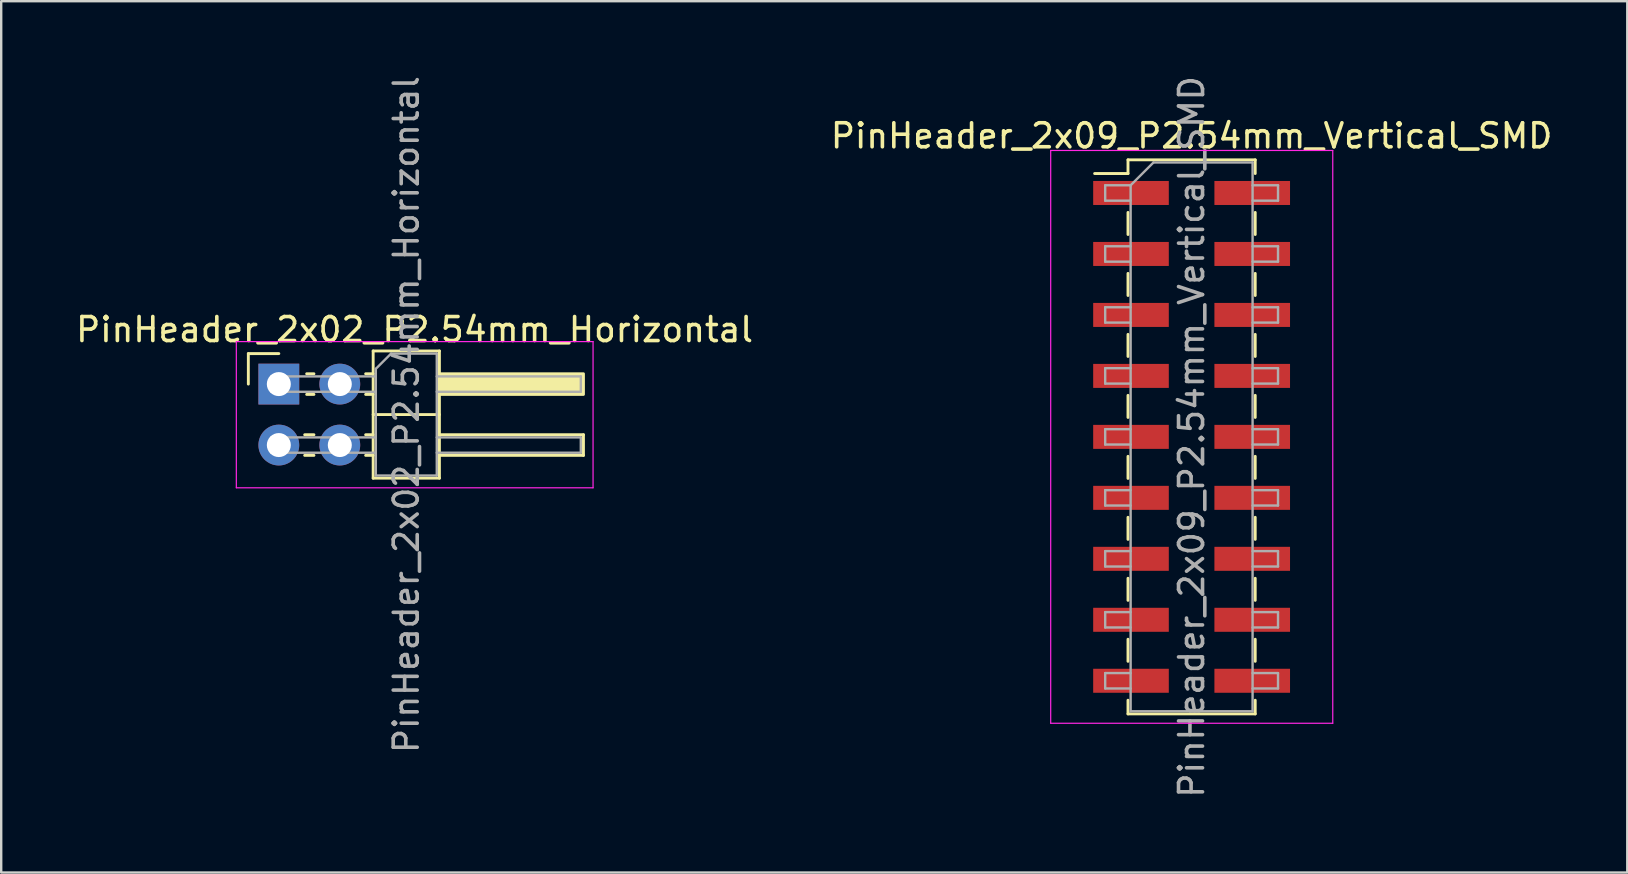
<source format=kicad_pcb>
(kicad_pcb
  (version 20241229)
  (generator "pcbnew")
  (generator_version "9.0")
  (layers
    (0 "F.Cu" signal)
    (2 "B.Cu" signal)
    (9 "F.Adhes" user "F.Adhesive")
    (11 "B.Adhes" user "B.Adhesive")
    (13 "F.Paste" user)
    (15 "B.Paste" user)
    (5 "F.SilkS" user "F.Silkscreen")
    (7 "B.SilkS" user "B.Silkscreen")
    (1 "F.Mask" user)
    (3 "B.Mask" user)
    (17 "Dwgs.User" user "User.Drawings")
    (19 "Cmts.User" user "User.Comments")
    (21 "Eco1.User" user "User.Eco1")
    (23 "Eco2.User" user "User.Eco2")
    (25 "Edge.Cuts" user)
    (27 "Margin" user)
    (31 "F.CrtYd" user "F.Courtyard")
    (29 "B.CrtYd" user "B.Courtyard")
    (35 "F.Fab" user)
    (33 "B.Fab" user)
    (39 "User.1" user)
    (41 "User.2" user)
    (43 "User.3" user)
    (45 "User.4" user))
  (footprint "PinHeader_2x09_P2.54mm_Vertical_SMD"
    (layer "F.Cu")
    (at 46.589 15.149)
    (property "Reference" "PinHeader_2x09_P2.54mm_Vertical_SMD" (at 0 -12.54 0) (layer "F.SilkS") (effects (font (size 1 1) (thickness 0.15))))
    (attr smd)
    (fp_line (start -4.04 -10.97) (end -2.65 -10.97) (stroke (width 0.12) (type solid)) (layer "F.SilkS"))
    (fp_line (start -2.65 -11.54) (end -2.65 -10.97) (stroke (width 0.12) (type solid)) (layer "F.SilkS"))
    (fp_line (start -2.65 -11.54) (end 2.65 -11.54) (stroke (width 0.12) (type solid)) (layer "F.SilkS"))
    (fp_line (start -2.65 -9.35) (end -2.65 -8.43) (stroke (width 0.12) (type solid)) (layer "F.SilkS"))
    (fp_line (start -2.65 -6.81) (end -2.65 -5.89) (stroke (width 0.12) (type solid)) (layer "F.SilkS"))
    (fp_line (start -2.65 -4.27) (end -2.65 -3.35) (stroke (width 0.12) (type solid)) (layer "F.SilkS"))
    (fp_line (start -2.65 -1.73) (end -2.65 -0.81) (stroke (width 0.12) (type solid)) (layer "F.SilkS"))
    (fp_line (start -2.65 0.81) (end -2.65 1.73) (stroke (width 0.12) (type solid)) (layer "F.SilkS"))
    (fp_line (start -2.65 3.35) (end -2.65 4.27) (stroke (width 0.12) (type solid)) (layer "F.SilkS"))
    (fp_line (start -2.65 5.89) (end -2.65 6.81) (stroke (width 0.12) (type solid)) (layer "F.SilkS"))
    (fp_line (start -2.65 8.43) (end -2.65 9.35) (stroke (width 0.12) (type solid)) (layer "F.SilkS"))
    (fp_line (start -2.65 10.97) (end -2.65 11.54) (stroke (width 0.12) (type solid)) (layer "F.SilkS"))
    (fp_line (start -2.65 11.54) (end 2.65 11.54) (stroke (width 0.12) (type solid)) (layer "F.SilkS"))
    (fp_line (start 2.65 -11.54) (end 2.65 -10.97) (stroke (width 0.12) (type solid)) (layer "F.SilkS"))
    (fp_line (start 2.65 -9.35) (end 2.65 -8.43) (stroke (width 0.12) (type solid)) (layer "F.SilkS"))
    (fp_line (start 2.65 -6.81) (end 2.65 -5.89) (stroke (width 0.12) (type solid)) (layer "F.SilkS"))
    (fp_line (start 2.65 -4.27) (end 2.65 -3.35) (stroke (width 0.12) (type solid)) (layer "F.SilkS"))
    (fp_line (start 2.65 -1.73) (end 2.65 -0.81) (stroke (width 0.12) (type solid)) (layer "F.SilkS"))
    (fp_line (start 2.65 0.81) (end 2.65 1.73) (stroke (width 0.12) (type solid)) (layer "F.SilkS"))
    (fp_line (start 2.65 3.35) (end 2.65 4.27) (stroke (width 0.12) (type solid)) (layer "F.SilkS"))
    (fp_line (start 2.65 5.89) (end 2.65 6.81) (stroke (width 0.12) (type solid)) (layer "F.SilkS"))
    (fp_line (start 2.65 8.43) (end 2.65 9.35) (stroke (width 0.12) (type solid)) (layer "F.SilkS"))
    (fp_line (start 2.65 10.97) (end 2.65 11.54) (stroke (width 0.12) (type solid)) (layer "F.SilkS"))
    (fp_line (start -5.87 -11.93) (end -5.87 11.93) (stroke (width 0.05) (type solid)) (layer "F.CrtYd"))
    (fp_line (start -5.87 11.93) (end 5.88 11.93) (stroke (width 0.05) (type solid)) (layer "F.CrtYd"))
    (fp_line (start 5.88 -11.93) (end -5.87 -11.93) (stroke (width 0.05) (type solid)) (layer "F.CrtYd"))
    (fp_line (start 5.88 11.93) (end 5.88 -11.93) (stroke (width 0.05) (type solid)) (layer "F.CrtYd"))
    (fp_line (start -3.6 -10.48) (end -3.6 -9.84) (stroke (width 0.1) (type solid)) (layer "F.Fab"))
    (fp_line (start -3.6 -9.84) (end -2.54 -9.84) (stroke (width 0.1) (type solid)) (layer "F.Fab"))
    (fp_line (start -3.6 -7.94) (end -3.6 -7.3) (stroke (width 0.1) (type solid)) (layer "F.Fab"))
    (fp_line (start -3.6 -7.3) (end -2.54 -7.3) (stroke (width 0.1) (type solid)) (layer "F.Fab"))
    (fp_line (start -3.6 -5.4) (end -3.6 -4.76) (stroke (width 0.1) (type solid)) (layer "F.Fab"))
    (fp_line (start -3.6 -4.76) (end -2.54 -4.76) (stroke (width 0.1) (type solid)) (layer "F.Fab"))
    (fp_line (start -3.6 -2.86) (end -3.6 -2.22) (stroke (width 0.1) (type solid)) (layer "F.Fab"))
    (fp_line (start -3.6 -2.22) (end -2.54 -2.22) (stroke (width 0.1) (type solid)) (layer "F.Fab"))
    (fp_line (start -3.6 -0.32) (end -3.6 0.32) (stroke (width 0.1) (type solid)) (layer "F.Fab"))
    (fp_line (start -3.6 0.32) (end -2.54 0.32) (stroke (width 0.1) (type solid)) (layer "F.Fab"))
    (fp_line (start -3.6 2.22) (end -3.6 2.86) (stroke (width 0.1) (type solid)) (layer "F.Fab"))
    (fp_line (start -3.6 2.86) (end -2.54 2.86) (stroke (width 0.1) (type solid)) (layer "F.Fab"))
    (fp_line (start -3.6 4.76) (end -3.6 5.4) (stroke (width 0.1) (type solid)) (layer "F.Fab"))
    (fp_line (start -3.6 5.4) (end -2.54 5.4) (stroke (width 0.1) (type solid)) (layer "F.Fab"))
    (fp_line (start -3.6 7.3) (end -3.6 7.94) (stroke (width 0.1) (type solid)) (layer "F.Fab"))
    (fp_line (start -3.6 7.94) (end -2.54 7.94) (stroke (width 0.1) (type solid)) (layer "F.Fab"))
    (fp_line (start -3.6 9.84) (end -3.6 10.48) (stroke (width 0.1) (type solid)) (layer "F.Fab"))
    (fp_line (start -3.6 10.48) (end -2.54 10.48) (stroke (width 0.1) (type solid)) (layer "F.Fab"))
    (fp_line (start -2.54 -10.48) (end -3.6 -10.48) (stroke (width 0.1) (type solid)) (layer "F.Fab"))
    (fp_line (start -2.54 -10.48) (end -1.59 -11.43) (stroke (width 0.1) (type solid)) (layer "F.Fab"))
    (fp_line (start -2.54 -7.94) (end -3.6 -7.94) (stroke (width 0.1) (type solid)) (layer "F.Fab"))
    (fp_line (start -2.54 -5.4) (end -3.6 -5.4) (stroke (width 0.1) (type solid)) (layer "F.Fab"))
    (fp_line (start -2.54 -2.86) (end -3.6 -2.86) (stroke (width 0.1) (type solid)) (layer "F.Fab"))
    (fp_line (start -2.54 -0.32) (end -3.6 -0.32) (stroke (width 0.1) (type solid)) (layer "F.Fab"))
    (fp_line (start -2.54 2.22) (end -3.6 2.22) (stroke (width 0.1) (type solid)) (layer "F.Fab"))
    (fp_line (start -2.54 4.76) (end -3.6 4.76) (stroke (width 0.1) (type solid)) (layer "F.Fab"))
    (fp_line (start -2.54 7.3) (end -3.6 7.3) (stroke (width 0.1) (type solid)) (layer "F.Fab"))
    (fp_line (start -2.54 9.84) (end -3.6 9.84) (stroke (width 0.1) (type solid)) (layer "F.Fab"))
    (fp_line (start -2.54 11.43) (end -2.54 -10.48) (stroke (width 0.1) (type solid)) (layer "F.Fab"))
    (fp_line (start -1.59 -11.43) (end 2.54 -11.43) (stroke (width 0.1) (type solid)) (layer "F.Fab"))
    (fp_line (start 2.54 -11.43) (end 2.54 11.43) (stroke (width 0.1) (type solid)) (layer "F.Fab"))
    (fp_line (start 2.54 -10.48) (end 3.6 -10.48) (stroke (width 0.1) (type solid)) (layer "F.Fab"))
    (fp_line (start 2.54 -7.94) (end 3.6 -7.94) (stroke (width 0.1) (type solid)) (layer "F.Fab"))
    (fp_line (start 2.54 -5.4) (end 3.6 -5.4) (stroke (width 0.1) (type solid)) (layer "F.Fab"))
    (fp_line (start 2.54 -2.86) (end 3.6 -2.86) (stroke (width 0.1) (type solid)) (layer "F.Fab"))
    (fp_line (start 2.54 -0.32) (end 3.6 -0.32) (stroke (width 0.1) (type solid)) (layer "F.Fab"))
    (fp_line (start 2.54 2.22) (end 3.6 2.22) (stroke (width 0.1) (type solid)) (layer "F.Fab"))
    (fp_line (start 2.54 4.76) (end 3.6 4.76) (stroke (width 0.1) (type solid)) (layer "F.Fab"))
    (fp_line (start 2.54 7.3) (end 3.6 7.3) (stroke (width 0.1) (type solid)) (layer "F.Fab"))
    (fp_line (start 2.54 9.84) (end 3.6 9.84) (stroke (width 0.1) (type solid)) (layer "F.Fab"))
    (fp_line (start 2.54 11.43) (end -2.54 11.43) (stroke (width 0.1) (type solid)) (layer "F.Fab"))
    (fp_line (start 3.6 -10.48) (end 3.6 -9.84) (stroke (width 0.1) (type solid)) (layer "F.Fab"))
    (fp_line (start 3.6 -9.84) (end 2.54 -9.84) (stroke (width 0.1) (type solid)) (layer "F.Fab"))
    (fp_line (start 3.6 -7.94) (end 3.6 -7.3) (stroke (width 0.1) (type solid)) (layer "F.Fab"))
    (fp_line (start 3.6 -7.3) (end 2.54 -7.3) (stroke (width 0.1) (type solid)) (layer "F.Fab"))
    (fp_line (start 3.6 -5.4) (end 3.6 -4.76) (stroke (width 0.1) (type solid)) (layer "F.Fab"))
    (fp_line (start 3.6 -4.76) (end 2.54 -4.76) (stroke (width 0.1) (type solid)) (layer "F.Fab"))
    (fp_line (start 3.6 -2.86) (end 3.6 -2.22) (stroke (width 0.1) (type solid)) (layer "F.Fab"))
    (fp_line (start 3.6 -2.22) (end 2.54 -2.22) (stroke (width 0.1) (type solid)) (layer "F.Fab"))
    (fp_line (start 3.6 -0.32) (end 3.6 0.32) (stroke (width 0.1) (type solid)) (layer "F.Fab"))
    (fp_line (start 3.6 0.32) (end 2.54 0.32) (stroke (width 0.1) (type solid)) (layer "F.Fab"))
    (fp_line (start 3.6 2.22) (end 3.6 2.86) (stroke (width 0.1) (type solid)) (layer "F.Fab"))
    (fp_line (start 3.6 2.86) (end 2.54 2.86) (stroke (width 0.1) (type solid)) (layer "F.Fab"))
    (fp_line (start 3.6 4.76) (end 3.6 5.4) (stroke (width 0.1) (type solid)) (layer "F.Fab"))
    (fp_line (start 3.6 5.4) (end 2.54 5.4) (stroke (width 0.1) (type solid)) (layer "F.Fab"))
    (fp_line (start 3.6 7.3) (end 3.6 7.94) (stroke (width 0.1) (type solid)) (layer "F.Fab"))
    (fp_line (start 3.6 7.94) (end 2.54 7.94) (stroke (width 0.1) (type solid)) (layer "F.Fab"))
    (fp_line (start 3.6 9.84) (end 3.6 10.48) (stroke (width 0.1) (type solid)) (layer "F.Fab"))
    (fp_line (start 3.6 10.48) (end 2.54 10.48) (stroke (width 0.1) (type solid)) (layer "F.Fab"))
    (fp_text user "${REFERENCE}" (at 0 0 90) (layer "F.Fab") (effects (font (size 1 1) (thickness 0.15))))
    (pad "1" smd rect (at -2.525 -10.16) (size 3.15 1) (layers "F.Cu" "F.Mask" "F.Paste"))
    (pad "2" smd rect (at 2.525 -10.16) (size 3.15 1) (layers "F.Cu" "F.Mask" "F.Paste"))
    (pad "3" smd rect (at -2.525 -7.62) (size 3.15 1) (layers "F.Cu" "F.Mask" "F.Paste"))
    (pad "4" smd rect (at 2.525 -7.62) (size 3.15 1) (layers "F.Cu" "F.Mask" "F.Paste"))
    (pad "5" smd rect (at -2.525 -5.08) (size 3.15 1) (layers "F.Cu" "F.Mask" "F.Paste"))
    (pad "6" smd rect (at 2.525 -5.08) (size 3.15 1) (layers "F.Cu" "F.Mask" "F.Paste"))
    (pad "7" smd rect (at -2.525 -2.54) (size 3.15 1) (layers "F.Cu" "F.Mask" "F.Paste"))
    (pad "8" smd rect (at 2.525 -2.54) (size 3.15 1) (layers "F.Cu" "F.Mask" "F.Paste"))
    (pad "9" smd rect (at -2.525 0) (size 3.15 1) (layers "F.Cu" "F.Mask" "F.Paste"))
    (pad "10" smd rect (at 2.525 0) (size 3.15 1) (layers "F.Cu" "F.Mask" "F.Paste"))
    (pad "11" smd rect (at -2.525 2.54) (size 3.15 1) (layers "F.Cu" "F.Mask" "F.Paste"))
    (pad "12" smd rect (at 2.525 2.54) (size 3.15 1) (layers "F.Cu" "F.Mask" "F.Paste"))
    (pad "13" smd rect (at -2.525 5.08) (size 3.15 1) (layers "F.Cu" "F.Mask" "F.Paste"))
    (pad "14" smd rect (at 2.525 5.08) (size 3.15 1) (layers "F.Cu" "F.Mask" "F.Paste"))
    (pad "15" smd rect (at -2.525 7.62) (size 3.15 1) (layers "F.Cu" "F.Mask" "F.Paste"))
    (pad "16" smd rect (at 2.525 7.62) (size 3.15 1) (layers "F.Cu" "F.Mask" "F.Paste"))
    (pad "17" smd rect (at -2.525 10.16) (size 3.15 1) (layers "F.Cu" "F.Mask" "F.Paste"))
    (pad "18" smd rect (at 2.525 10.16) (size 3.15 1) (layers "F.Cu" "F.Mask" "F.Paste")))
  (footprint "PinHeader_2x02_P2.54mm_Horizontal"
    (layer "F.Cu")
    (at 8.565 12.95)
    (property "Reference" "PinHeader_2x02_P2.54mm_Horizontal" (at 5.655 -2.27 0) (layer "F.SilkS") (effects (font (size 1 1) (thickness 0.15))))
    (attr through_hole)
    (fp_line (start -1.27 -1.27) (end 0 -1.27) (stroke (width 0.12) (type solid)) (layer "F.SilkS"))
    (fp_line (start -1.27 0) (end -1.27 -1.27) (stroke (width 0.12) (type solid)) (layer "F.SilkS"))
    (fp_line (start 1.077 2.11) (end 1.463 2.11) (stroke (width 0.12) (type solid)) (layer "F.SilkS"))
    (fp_line (start 1.077 2.97) (end 1.463 2.97) (stroke (width 0.12) (type solid)) (layer "F.SilkS"))
    (fp_line (start 1.16 -0.43) (end 1.463 -0.43) (stroke (width 0.12) (type solid)) (layer "F.SilkS"))
    (fp_line (start 1.16 0.43) (end 1.463 0.43) (stroke (width 0.12) (type solid)) (layer "F.SilkS"))
    (fp_line (start 3.617 -0.43) (end 3.93 -0.43) (stroke (width 0.12) (type solid)) (layer "F.SilkS"))
    (fp_line (start 3.617 0.43) (end 3.93 0.43) (stroke (width 0.12) (type solid)) (layer "F.SilkS"))
    (fp_line (start 3.617 2.11) (end 3.93 2.11) (stroke (width 0.12) (type solid)) (layer "F.SilkS"))
    (fp_line (start 3.617 2.97) (end 3.93 2.97) (stroke (width 0.12) (type solid)) (layer "F.SilkS"))
    (fp_line (start 3.93 -1.38) (end 3.93 3.92) (stroke (width 0.12) (type solid)) (layer "F.SilkS"))
    (fp_line (start 3.93 1.27) (end 6.69 1.27) (stroke (width 0.12) (type solid)) (layer "F.SilkS"))
    (fp_line (start 3.93 3.92) (end 6.69 3.92) (stroke (width 0.12) (type solid)) (layer "F.SilkS"))
    (fp_line (start 6.69 -1.38) (end 3.93 -1.38) (stroke (width 0.12) (type solid)) (layer "F.SilkS"))
    (fp_line (start 6.69 2.11) (end 12.69 2.11) (stroke (width 0.12) (type solid)) (layer "F.SilkS"))
    (fp_line (start 6.69 3.92) (end 6.69 -1.38) (stroke (width 0.12) (type solid)) (layer "F.SilkS"))
    (fp_line (start 12.69 2.11) (end 12.69 2.97) (stroke (width 0.12) (type solid)) (layer "F.SilkS"))
    (fp_line (start 12.69 2.97) (end 6.69 2.97) (stroke (width 0.12) (type solid)) (layer "F.SilkS"))
    (fp_rect (start 6.69 -0.43) (end 12.69 0.43) (stroke (width 0.12) (type solid)) (fill yes) (layer "F.SilkS"))
    (fp_line (start -1.77 -1.77) (end -1.77 4.32) (stroke (width 0.05) (type solid)) (layer "F.CrtYd"))
    (fp_line (start -1.77 4.32) (end 13.09 4.32) (stroke (width 0.05) (type solid)) (layer "F.CrtYd"))
    (fp_line (start 13.09 -1.77) (end -1.77 -1.77) (stroke (width 0.05) (type solid)) (layer "F.CrtYd"))
    (fp_line (start 13.09 4.32) (end 13.09 -1.77) (stroke (width 0.05) (type solid)) (layer "F.CrtYd"))
    (fp_line (start -0.32 -0.32) (end -0.32 0.32) (stroke (width 0.1) (type solid)) (layer "F.Fab"))
    (fp_line (start -0.32 -0.32) (end 4.04 -0.32) (stroke (width 0.1) (type solid)) (layer "F.Fab"))
    (fp_line (start -0.32 0.32) (end 4.04 0.32) (stroke (width 0.1) (type solid)) (layer "F.Fab"))
    (fp_line (start -0.32 2.22) (end -0.32 2.86) (stroke (width 0.1) (type solid)) (layer "F.Fab"))
    (fp_line (start -0.32 2.22) (end 4.04 2.22) (stroke (width 0.1) (type solid)) (layer "F.Fab"))
    (fp_line (start -0.32 2.86) (end 4.04 2.86) (stroke (width 0.1) (type solid)) (layer "F.Fab"))
    (fp_line (start 4.04 -0.635) (end 4.675 -1.27) (stroke (width 0.1) (type solid)) (layer "F.Fab"))
    (fp_line (start 4.04 3.81) (end 4.04 -0.635) (stroke (width 0.1) (type solid)) (layer "F.Fab"))
    (fp_line (start 4.675 -1.27) (end 6.58 -1.27) (stroke (width 0.1) (type solid)) (layer "F.Fab"))
    (fp_line (start 6.58 -1.27) (end 6.58 3.81) (stroke (width 0.1) (type solid)) (layer "F.Fab"))
    (fp_line (start 6.58 -0.32) (end 12.58 -0.32) (stroke (width 0.1) (type solid)) (layer "F.Fab"))
    (fp_line (start 6.58 0.32) (end 12.58 0.32) (stroke (width 0.1) (type solid)) (layer "F.Fab"))
    (fp_line (start 6.58 2.22) (end 12.58 2.22) (stroke (width 0.1) (type solid)) (layer "F.Fab"))
    (fp_line (start 6.58 2.86) (end 12.58 2.86) (stroke (width 0.1) (type solid)) (layer "F.Fab"))
    (fp_line (start 6.58 3.81) (end 4.04 3.81) (stroke (width 0.1) (type solid)) (layer "F.Fab"))
    (fp_line (start 12.58 -0.32) (end 12.58 0.32) (stroke (width 0.1) (type solid)) (layer "F.Fab"))
    (fp_line (start 12.58 2.22) (end 12.58 2.86) (stroke (width 0.1) (type solid)) (layer "F.Fab"))
    (fp_text user "${REFERENCE}" (at 5.31 1.27 90) (layer "F.Fab") (effects (font (size 1 1) (thickness 0.15))))
    (pad "1" thru_hole rect (at 0 0) (size 1.7 1.7) (drill 1) (layers "*.Cu" "*.Mask"))
    (pad "2" thru_hole circle (at 2.54 0) (size 1.7 1.7) (drill 1) (layers "*.Cu" "*.Mask"))
    (pad "3" thru_hole circle (at 0 2.54) (size 1.7 1.7) (drill 1) (layers "*.Cu" "*.Mask"))
    (pad "4" thru_hole circle (at 2.54 2.54) (size 1.7 1.7) (drill 1) (layers "*.Cu" "*.Mask")))
  (gr_rect
    (start -3 -3)
    (end 64.738 33.298)
    (stroke (width 0.1) (type default))
    (fill no)
    (layer "Edge.Cuts")))
</source>
